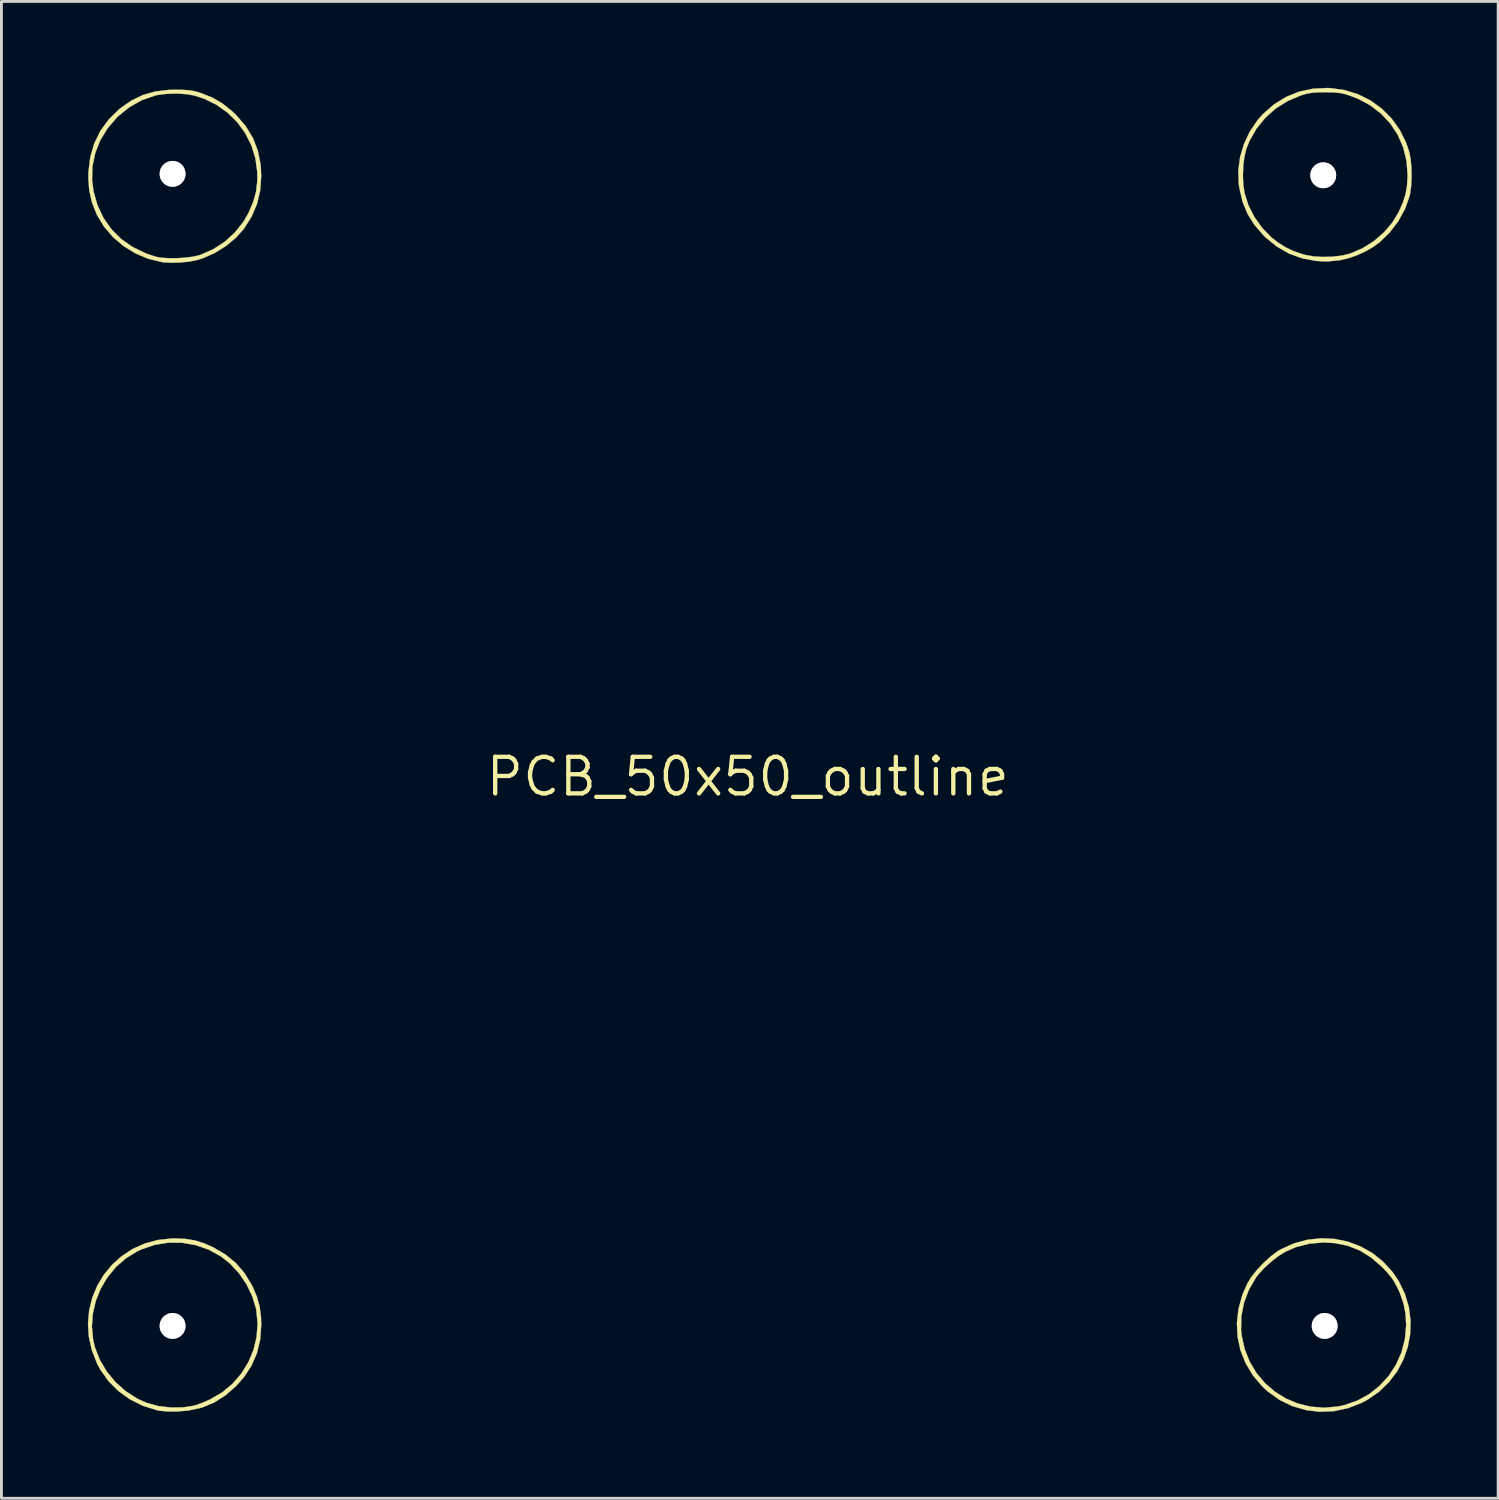
<source format=kicad_pcb>
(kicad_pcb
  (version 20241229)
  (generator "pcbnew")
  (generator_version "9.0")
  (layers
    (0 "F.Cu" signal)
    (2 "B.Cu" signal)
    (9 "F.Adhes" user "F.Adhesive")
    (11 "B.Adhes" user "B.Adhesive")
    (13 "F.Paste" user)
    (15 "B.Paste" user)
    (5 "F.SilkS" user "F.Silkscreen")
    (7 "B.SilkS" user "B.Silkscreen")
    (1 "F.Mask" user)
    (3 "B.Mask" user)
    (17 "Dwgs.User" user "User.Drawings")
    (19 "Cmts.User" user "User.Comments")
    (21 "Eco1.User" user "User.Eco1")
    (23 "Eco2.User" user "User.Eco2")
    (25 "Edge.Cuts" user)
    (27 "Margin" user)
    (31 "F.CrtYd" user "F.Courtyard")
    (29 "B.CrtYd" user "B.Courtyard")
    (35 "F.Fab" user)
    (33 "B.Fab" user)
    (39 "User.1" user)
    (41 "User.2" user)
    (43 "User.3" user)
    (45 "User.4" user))
  (footprint "PCB_50x50_outline"
    (layer "F.Cu")
    (at 22.912 23.916)
    (property "Reference" "PCB_50x50_outline" (at 0 0 0) (layer "F.SilkS") (effects (font (size 1.27 1.27) (thickness 0.15))))
    (attr through_hole)
    (fp_poly (pts (xy -19.521 16.048) (xy -19.191 16.102) (xy -18.872 16.202) (xy -18.563 16.339) (xy -18.136 16.589) (xy -17.775 16.884) (xy -17.473 17.235) (xy -17.221 17.649) (xy -17.187 17.716) (xy -17.04 18.063) (xy -16.947 18.4) (xy -16.9 18.761) (xy -16.892 19.033) (xy -16.928 19.541) (xy -17.041 20.013) (xy -17.231 20.451) (xy -17.5 20.858) (xy -17.758 21.15) (xy -18.134 21.48) (xy -18.53 21.731) (xy -18.956 21.905) (xy -19.42 22.007) (xy -19.791 22.038) (xy -20.123 22.039) (xy -20.395 22.017) (xy -20.511 21.996) (xy -21.001 21.842) (xy -21.449 21.619) (xy -21.849 21.333) (xy -22.194 20.988) (xy -22.477 20.589) (xy -22.59 20.38) (xy -22.773 19.914) (xy -22.878 19.445) (xy -22.9 19.09) (xy -22.772 19.09) (xy -22.73 19.544) (xy -22.666 19.812) (xy -22.495 20.251) (xy -22.251 20.659) (xy -21.947 21.027) (xy -21.591 21.342) (xy -21.194 21.596) (xy -20.863 21.743) (xy -20.46 21.852) (xy -20.024 21.903) (xy -19.586 21.895) (xy -19.22 21.838) (xy -19.097 21.799) (xy -18.926 21.733) (xy -18.737 21.652) (xy -18.648 21.611) (xy -18.239 21.371) (xy -17.881 21.07) (xy -17.579 20.718) (xy -17.337 20.324) (xy -17.159 19.897) (xy -17.052 19.447) (xy -17.019 18.984) (xy -17.064 18.517) (xy -17.076 18.457) (xy -17.206 18.031) (xy -17.406 17.619) (xy -17.667 17.238) (xy -17.976 16.904) (xy -18.288 16.658) (xy -18.718 16.421) (xy -19.174 16.262) (xy -19.645 16.181) (xy -20.123 16.179) (xy -20.597 16.256) (xy -21.058 16.414) (xy -21.191 16.476) (xy -21.587 16.718) (xy -21.933 17.02) (xy -22.226 17.374) (xy -22.461 17.767) (xy -22.633 18.191) (xy -22.738 18.635) (xy -22.772 19.09) (xy -22.9 19.09) (xy -22.907 18.98) (xy -22.866 18.526) (xy -22.757 18.088) (xy -22.587 17.675) (xy -22.357 17.293) (xy -22.074 16.949) (xy -21.741 16.649) (xy -21.363 16.401) (xy -20.942 16.211) (xy -20.485 16.086) (xy -19.995 16.033) (xy -19.897 16.031) (xy -19.521 16.048)) (stroke (width 0.01) (type solid)) (fill yes) (layer "F.SilkS"))
    (fp_poly (pts (xy 20.377 16.049) (xy 20.837 16.144) (xy 21.277 16.309) (xy 21.687 16.541) (xy 22.06 16.839) (xy 22.388 17.199) (xy 22.602 17.516) (xy 22.816 17.959) (xy 22.953 18.418) (xy 23.012 18.884) (xy 22.999 19.348) (xy 22.915 19.802) (xy 22.762 20.238) (xy 22.544 20.648) (xy 22.262 21.021) (xy 21.92 21.352) (xy 21.52 21.63) (xy 21.315 21.739) (xy 20.838 21.925) (xy 20.349 22.029) (xy 19.853 22.049) (xy 19.389 21.992) (xy 18.908 21.854) (xy 18.465 21.639) (xy 18.059 21.348) (xy 17.863 21.168) (xy 17.538 20.785) (xy 17.286 20.366) (xy 17.108 19.919) (xy 17.007 19.452) (xy 16.995 19.214) (xy 17.127 19.214) (xy 17.146 19.395) (xy 17.251 19.873) (xy 17.427 20.312) (xy 17.665 20.709) (xy 17.959 21.057) (xy 18.302 21.353) (xy 18.686 21.591) (xy 19.104 21.766) (xy 19.549 21.874) (xy 20.013 21.909) (xy 20.49 21.867) (xy 20.722 21.817) (xy 21.169 21.661) (xy 21.578 21.435) (xy 21.94 21.147) (xy 22.252 20.805) (xy 22.505 20.417) (xy 22.695 19.992) (xy 22.815 19.536) (xy 22.859 19.059) (xy 22.859 19.033) (xy 22.837 18.638) (xy 22.765 18.277) (xy 22.637 17.917) (xy 22.554 17.738) (xy 22.451 17.545) (xy 22.341 17.379) (xy 22.203 17.213) (xy 22.019 17.02) (xy 22.015 17.016) (xy 21.641 16.692) (xy 21.246 16.448) (xy 20.823 16.283) (xy 20.365 16.192) (xy 19.999 16.172) (xy 19.505 16.212) (xy 19.034 16.333) (xy 18.657 16.498) (xy 18.428 16.64) (xy 18.184 16.829) (xy 17.948 17.042) (xy 17.746 17.258) (xy 17.646 17.388) (xy 17.397 17.819) (xy 17.227 18.272) (xy 17.136 18.74) (xy 17.127 19.214) (xy 16.995 19.214) (xy 16.983 18.971) (xy 17.037 18.484) (xy 17.17 17.999) (xy 17.348 17.59) (xy 17.49 17.363) (xy 17.687 17.117) (xy 17.918 16.873) (xy 18.162 16.652) (xy 18.399 16.475) (xy 18.5 16.414) (xy 18.958 16.207) (xy 19.429 16.078) (xy 19.905 16.027) (xy 20.377 16.049)) (stroke (width 0.01) (type solid)) (fill yes) (layer "F.SilkS"))
    (fp_poly (pts (xy -19.609 -23.846) (xy -19.423 -23.834) (xy -19.268 -23.812) (xy -19.118 -23.776) (xy -18.986 -23.735) (xy -18.594 -23.579) (xy -18.243 -23.376) (xy -17.911 -23.112) (xy -17.758 -22.966) (xy -17.43 -22.585) (xy -17.18 -22.173) (xy -17.009 -21.728) (xy -16.913 -21.249) (xy -16.892 -20.853) (xy -16.929 -20.349) (xy -17.04 -19.881) (xy -17.229 -19.441) (xy -17.495 -19.022) (xy -17.778 -18.705) (xy -18.123 -18.42) (xy -18.51 -18.181) (xy -18.92 -18) (xy -19.146 -17.931) (xy -19.406 -17.882) (xy -19.706 -17.852) (xy -20.009 -17.844) (xy -20.278 -17.859) (xy -20.34 -17.867) (xy -20.811 -17.981) (xy -21.258 -18.168) (xy -21.67 -18.421) (xy -22.036 -18.732) (xy -22.347 -19.094) (xy -22.593 -19.498) (xy -22.612 -19.538) (xy -22.773 -19.951) (xy -22.866 -20.37) (xy -22.889 -20.722) (xy -22.766 -20.722) (xy -22.715 -20.322) (xy -22.576 -19.836) (xy -22.368 -19.396) (xy -22.093 -19.006) (xy -21.754 -18.669) (xy -21.355 -18.389) (xy -20.898 -18.168) (xy -20.553 -18.052) (xy -20.358 -18.017) (xy -20.106 -18.001) (xy -19.824 -18.002) (xy -19.536 -18.02) (xy -19.27 -18.053) (xy -19.051 -18.101) (xy -19.008 -18.115) (xy -18.565 -18.309) (xy -18.161 -18.571) (xy -17.807 -18.893) (xy -17.512 -19.264) (xy -17.339 -19.563) (xy -17.174 -19.946) (xy -17.072 -20.309) (xy -17.028 -20.68) (xy -17.03 -20.997) (xy -17.096 -21.476) (xy -17.238 -21.928) (xy -17.45 -22.347) (xy -17.727 -22.725) (xy -18.061 -23.055) (xy -18.447 -23.329) (xy -18.878 -23.54) (xy -19.219 -23.65) (xy -19.489 -23.697) (xy -19.804 -23.718) (xy -20.129 -23.712) (xy -20.429 -23.68) (xy -20.574 -23.65) (xy -21.034 -23.49) (xy -21.46 -23.252) (xy -21.848 -22.942) (xy -21.909 -22.882) (xy -22.233 -22.503) (xy -22.483 -22.091) (xy -22.656 -21.652) (xy -22.752 -21.193) (xy -22.766 -20.722) (xy -22.889 -20.722) (xy -22.895 -20.819) (xy -22.891 -20.996) (xy -22.828 -21.509) (xy -22.69 -21.984) (xy -22.477 -22.42) (xy -22.189 -22.816) (xy -21.827 -23.172) (xy -21.779 -23.211) (xy -21.4 -23.475) (xy -21.001 -23.667) (xy -20.571 -23.789) (xy -20.098 -23.845) (xy -19.854 -23.85) (xy -19.609 -23.846)) (stroke (width 0.01) (type solid)) (fill yes) (layer "F.SilkS"))
    (fp_poly (pts (xy 20.233 -23.906) (xy 20.728 -23.837) (xy 21.195 -23.691) (xy 21.626 -23.475) (xy 22.014 -23.193) (xy 22.353 -22.853) (xy 22.636 -22.458) (xy 22.856 -22.015) (xy 22.97 -21.675) (xy 23.016 -21.431) (xy 23.042 -21.136) (xy 23.048 -20.82) (xy 23.033 -20.512) (xy 22.997 -20.244) (xy 22.976 -20.151) (xy 22.815 -19.705) (xy 22.582 -19.28) (xy 22.286 -18.893) (xy 21.94 -18.559) (xy 21.715 -18.393) (xy 21.446 -18.237) (xy 21.144 -18.101) (xy 20.84 -17.996) (xy 20.563 -17.934) (xy 20.5 -17.926) (xy 20.345 -17.911) (xy 20.21 -17.898) (xy 20.151 -17.891) (xy 20.057 -17.89) (xy 19.91 -17.896) (xy 19.739 -17.908) (xy 19.727 -17.909) (xy 19.251 -17.995) (xy 18.796 -18.161) (xy 18.371 -18.404) (xy 17.983 -18.719) (xy 17.907 -18.794) (xy 17.591 -19.16) (xy 17.352 -19.542) (xy 17.181 -19.957) (xy 17.072 -20.419) (xy 17.049 -20.575) (xy 17.038 -20.873) (xy 17.191 -20.873) (xy 17.206 -20.541) (xy 17.249 -20.259) (xy 17.384 -19.836) (xy 17.592 -19.427) (xy 17.862 -19.051) (xy 18.181 -18.724) (xy 18.424 -18.536) (xy 18.675 -18.379) (xy 18.921 -18.26) (xy 19.196 -18.162) (xy 19.357 -18.116) (xy 19.638 -18.065) (xy 19.967 -18.045) (xy 20.309 -18.054) (xy 20.635 -18.093) (xy 20.913 -18.161) (xy 21.34 -18.344) (xy 21.736 -18.593) (xy 22.088 -18.897) (xy 22.384 -19.245) (xy 22.6 -19.603) (xy 22.743 -19.925) (xy 22.837 -20.218) (xy 22.889 -20.514) (xy 22.909 -20.846) (xy 22.909 -20.892) (xy 22.871 -21.385) (xy 22.757 -21.85) (xy 22.569 -22.281) (xy 22.313 -22.672) (xy 21.994 -23.016) (xy 21.615 -23.308) (xy 21.181 -23.541) (xy 20.892 -23.651) (xy 20.725 -23.702) (xy 20.575 -23.735) (xy 20.416 -23.753) (xy 20.219 -23.761) (xy 20.045 -23.763) (xy 19.806 -23.76) (xy 19.624 -23.749) (xy 19.471 -23.727) (xy 19.32 -23.689) (xy 19.198 -23.651) (xy 18.743 -23.458) (xy 18.33 -23.198) (xy 17.968 -22.876) (xy 17.663 -22.502) (xy 17.423 -22.081) (xy 17.311 -21.802) (xy 17.244 -21.533) (xy 17.204 -21.214) (xy 17.191 -20.873) (xy 17.038 -20.873) (xy 17.032 -21.042) (xy 17.093 -21.511) (xy 17.229 -21.97) (xy 17.435 -22.405) (xy 17.707 -22.803) (xy 17.886 -23.005) (xy 18.268 -23.34) (xy 18.687 -23.6) (xy 19.14 -23.782) (xy 19.623 -23.886) (xy 20.133 -23.911) (xy 20.233 -23.906)) (stroke (width 0.01) (type solid)) (fill yes) (layer "F.SilkS"))
    (pad "1" thru_hole circle (at -19.97 -20.93) (size 0.9 0.9) (drill 0.9) (layers "*.Cu" "*.Mask"))
    (pad "2" thru_hole circle (at 19.98 -20.88) (size 0.9 0.9) (drill 0.9) (layers "*.Cu" "*.Mask"))
    (pad "3" thru_hole circle (at 20.03 19.07) (size 0.9 0.9) (drill 0.9) (layers "*.Cu" "*.Mask"))
    (pad "4" thru_hole circle (at -19.97 19.07) (size 0.9 0.9) (drill 0.9) (layers "*.Cu" "*.Mask")))
  (gr_rect
    (start -3 -3)
    (end 48.965 48.97)
    (stroke (width 0.1) (type default))
    (fill no)
    (layer "Edge.Cuts")))
</source>
